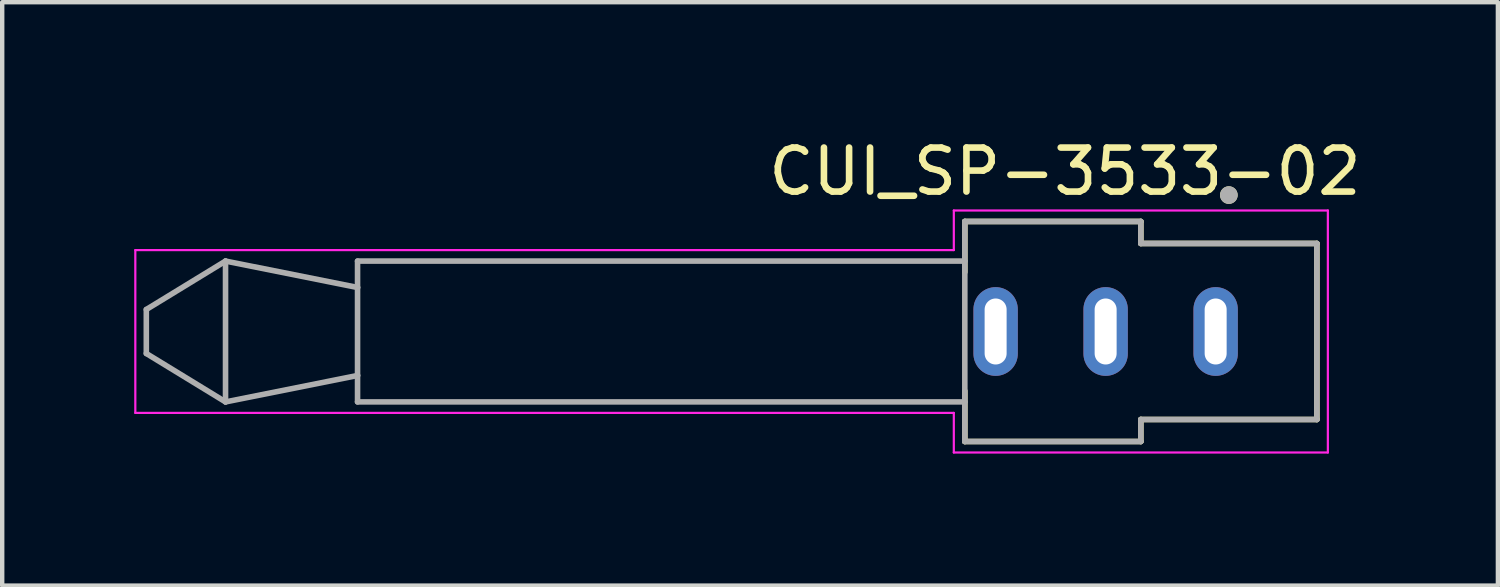
<source format=kicad_pcb>
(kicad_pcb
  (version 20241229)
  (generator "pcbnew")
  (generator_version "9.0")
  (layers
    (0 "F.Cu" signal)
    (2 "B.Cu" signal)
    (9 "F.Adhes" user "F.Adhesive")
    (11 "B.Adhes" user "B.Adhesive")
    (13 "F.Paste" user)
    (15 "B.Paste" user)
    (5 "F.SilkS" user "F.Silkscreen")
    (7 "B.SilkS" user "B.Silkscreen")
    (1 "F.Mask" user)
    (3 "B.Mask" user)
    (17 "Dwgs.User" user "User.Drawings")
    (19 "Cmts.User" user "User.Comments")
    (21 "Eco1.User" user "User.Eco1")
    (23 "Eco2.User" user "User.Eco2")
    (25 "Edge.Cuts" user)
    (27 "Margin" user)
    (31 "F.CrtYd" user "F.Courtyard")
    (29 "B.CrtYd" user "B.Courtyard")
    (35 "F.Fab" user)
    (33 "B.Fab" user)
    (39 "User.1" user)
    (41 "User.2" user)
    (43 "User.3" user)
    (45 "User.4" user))
  (footprint "CUI_SP-3533-02"
    (layer "F.Cu")
    (at 22.075 4.483)
    (property "Reference" "CUI_SP-3533-02" (at -0.925 -3.635 0) (layer "F.SilkS") (effects (font (size 1 1) (thickness 0.15))))
    (attr through_hole)
    (fp_line (start -3.2 -2.5) (end 0.8 -2.5) (stroke (width 0.127) (type solid)) (layer "F.SilkS"))
    (fp_line (start -3.2 -1.35) (end -3.2 -2.5) (stroke (width 0.127) (type solid)) (layer "F.SilkS"))
    (fp_line (start -3.2 2.5) (end -3.2 1.35) (stroke (width 0.127) (type solid)) (layer "F.SilkS"))
    (fp_line (start 0.8 -2.5) (end 0.8 -2) (stroke (width 0.127) (type solid)) (layer "F.SilkS"))
    (fp_line (start 0.8 -2) (end 4.8 -2) (stroke (width 0.127) (type solid)) (layer "F.SilkS"))
    (fp_line (start 0.8 2) (end 0.8 2.5) (stroke (width 0.127) (type solid)) (layer "F.SilkS"))
    (fp_line (start 0.8 2.5) (end -3.2 2.5) (stroke (width 0.127) (type solid)) (layer "F.SilkS"))
    (fp_line (start 4.8 -2) (end 4.8 2) (stroke (width 0.127) (type solid)) (layer "F.SilkS"))
    (fp_line (start 4.8 2) (end 0.8 2) (stroke (width 0.127) (type solid)) (layer "F.SilkS"))
    (fp_circle (center 2.8 -3.1) (end 2.9 -3.1) (stroke (width 0.2) (type solid)) (fill no) (layer "F.SilkS"))
    (fp_line (start -22.05 -1.85) (end -3.45 -1.85) (stroke (width 0.05) (type solid)) (layer "F.CrtYd"))
    (fp_line (start -22.05 1.85) (end -22.05 -1.85) (stroke (width 0.05) (type solid)) (layer "F.CrtYd"))
    (fp_line (start -3.45 -2.75) (end 5.05 -2.75) (stroke (width 0.05) (type solid)) (layer "F.CrtYd"))
    (fp_line (start -3.45 -1.85) (end -3.45 -2.75) (stroke (width 0.05) (type solid)) (layer "F.CrtYd"))
    (fp_line (start -3.45 1.85) (end -22.05 1.85) (stroke (width 0.05) (type solid)) (layer "F.CrtYd"))
    (fp_line (start -3.45 2.75) (end -3.45 1.85) (stroke (width 0.05) (type solid)) (layer "F.CrtYd"))
    (fp_line (start 5.05 -2.75) (end 5.05 2.75) (stroke (width 0.05) (type solid)) (layer "F.CrtYd"))
    (fp_line (start 5.05 2.75) (end -3.45 2.75) (stroke (width 0.05) (type solid)) (layer "F.CrtYd"))
    (fp_line (start -21.8 -0.5) (end -21.8 0.5) (stroke (width 0.127) (type solid)) (layer "F.Fab"))
    (fp_line (start -21.8 0.5) (end -20 1.6) (stroke (width 0.127) (type solid)) (layer "F.Fab"))
    (fp_line (start -20 -1.6) (end -21.8 -0.5) (stroke (width 0.127) (type solid)) (layer "F.Fab"))
    (fp_line (start -20 -1.6) (end -20 1.6) (stroke (width 0.127) (type solid)) (layer "F.Fab"))
    (fp_line (start -20 1.6) (end -17 1) (stroke (width 0.127) (type solid)) (layer "F.Fab"))
    (fp_line (start -17 -1.6) (end -17 -1) (stroke (width 0.127) (type solid)) (layer "F.Fab"))
    (fp_line (start -17 -1) (end -20 -1.6) (stroke (width 0.127) (type solid)) (layer "F.Fab"))
    (fp_line (start -17 -1) (end -17 1) (stroke (width 0.127) (type solid)) (layer "F.Fab"))
    (fp_line (start -17 1) (end -17 1.6) (stroke (width 0.127) (type solid)) (layer "F.Fab"))
    (fp_line (start -17 1.6) (end -3.2 1.6) (stroke (width 0.127) (type solid)) (layer "F.Fab"))
    (fp_line (start -3.2 -2.5) (end 0.8 -2.5) (stroke (width 0.127) (type solid)) (layer "F.Fab"))
    (fp_line (start -3.2 -1.6) (end -17 -1.6) (stroke (width 0.127) (type solid)) (layer "F.Fab"))
    (fp_line (start -3.2 -1.6) (end -3.2 -2.5) (stroke (width 0.127) (type solid)) (layer "F.Fab"))
    (fp_line (start -3.2 1.6) (end -3.2 -1.6) (stroke (width 0.127) (type solid)) (layer "F.Fab"))
    (fp_line (start -3.2 2.5) (end -3.2 1.6) (stroke (width 0.127) (type solid)) (layer "F.Fab"))
    (fp_line (start -3.2 2.5) (end 0.8 2.5) (stroke (width 0.127) (type solid)) (layer "F.Fab"))
    (fp_line (start 0.8 -2.5) (end 0.8 -2) (stroke (width 0.127) (type solid)) (layer "F.Fab"))
    (fp_line (start 0.8 -2) (end 4.8 -2) (stroke (width 0.127) (type solid)) (layer "F.Fab"))
    (fp_line (start 0.8 2) (end 0.8 2.5) (stroke (width 0.127) (type solid)) (layer "F.Fab"))
    (fp_line (start 0.8 2) (end 4.8 2) (stroke (width 0.127) (type solid)) (layer "F.Fab"))
    (fp_line (start 4.8 -2) (end 4.8 2) (stroke (width 0.127) (type solid)) (layer "F.Fab"))
    (fp_circle (center 2.8 -3.1) (end 2.9 -3.1) (stroke (width 0.2) (type solid)) (fill no) (layer "F.Fab"))
    (pad "1" thru_hole oval (at 2.5 0) (size 1.008 2.016) (drill oval 0.5 1.5) (layers "*.Cu" "*.Mask"))
    (pad "2" thru_hole oval (at 0 0) (size 1.008 2.016) (drill oval 0.5 1.5) (layers "*.Cu" "*.Mask"))
    (pad "3" thru_hole oval (at -2.5 0) (size 1.008 2.016) (drill oval 0.5 1.5) (layers "*.Cu" "*.Mask")))
  (gr_rect
    (start -3 -3)
    (end 30.989 10.258)
    (stroke (width 0.1) (type default))
    (fill no)
    (layer "Edge.Cuts")))
</source>
